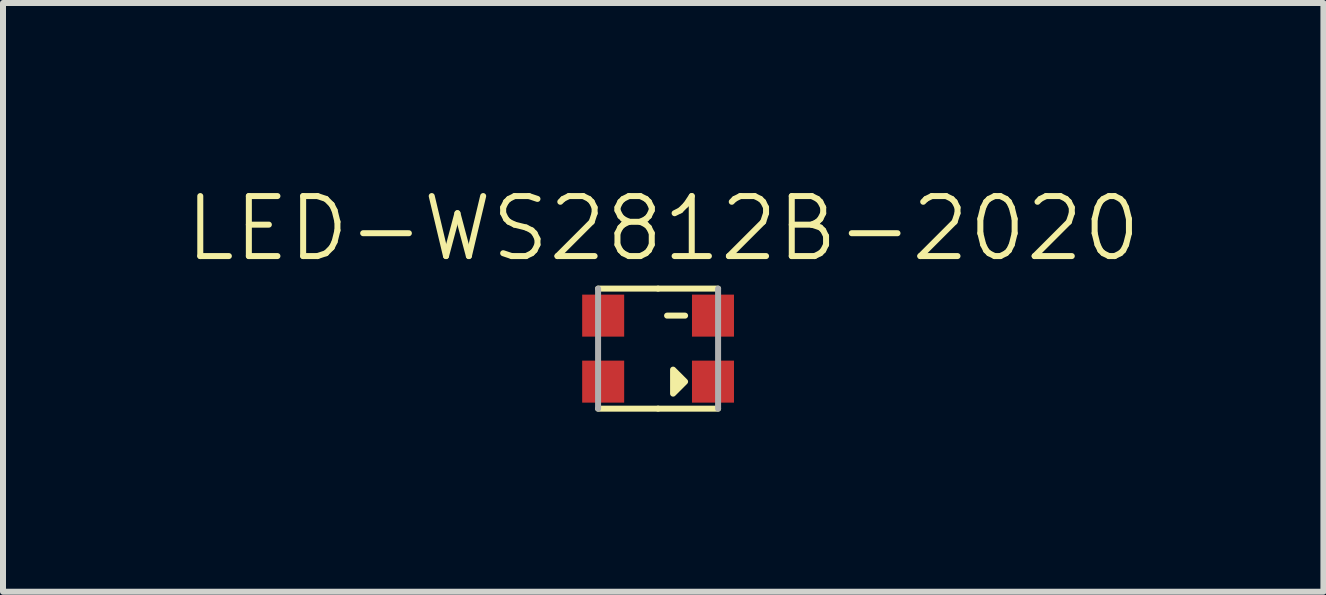
<source format=kicad_pcb>
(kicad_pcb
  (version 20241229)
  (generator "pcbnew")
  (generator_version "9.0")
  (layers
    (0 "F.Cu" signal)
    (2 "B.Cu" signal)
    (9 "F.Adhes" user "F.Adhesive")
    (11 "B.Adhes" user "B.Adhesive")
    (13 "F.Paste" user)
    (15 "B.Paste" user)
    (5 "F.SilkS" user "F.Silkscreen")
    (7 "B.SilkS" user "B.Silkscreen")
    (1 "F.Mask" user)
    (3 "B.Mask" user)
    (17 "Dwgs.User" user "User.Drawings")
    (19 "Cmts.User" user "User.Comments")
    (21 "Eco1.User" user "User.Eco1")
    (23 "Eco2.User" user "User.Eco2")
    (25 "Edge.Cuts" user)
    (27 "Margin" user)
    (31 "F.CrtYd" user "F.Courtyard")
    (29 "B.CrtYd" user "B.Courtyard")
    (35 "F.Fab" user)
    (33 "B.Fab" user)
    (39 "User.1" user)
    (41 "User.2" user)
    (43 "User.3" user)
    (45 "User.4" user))
  (footprint "LED-WS2812B-2020"
    (layer "F.Cu")
    (at 7.917 2.76)
    (property "Reference" "LED-WS2812B-2020" (at 0.085 -2 0) (unlocked yes) (layer "F.SilkS") (effects (font (size 1 1) (thickness 0.1))))
    (attr smd)
    (fp_line (start 0 -1) (end -1 -1) (stroke (width 0.1) (type default)) (layer "F.SilkS"))
    (fp_line (start 0 -1) (end 1 -1) (stroke (width 0.1) (type default)) (layer "F.SilkS"))
    (fp_line (start 0 1) (end -1 1) (stroke (width 0.1) (type default)) (layer "F.SilkS"))
    (fp_line (start 0 1) (end 1 1) (stroke (width 0.1) (type default)) (layer "F.SilkS"))
    (fp_rect (start 0.15 -0.55) (end 0.45 -0.55) (stroke (width 0.1) (type default)) (fill no) (layer "F.SilkS"))
    (fp_poly (pts (xy 0.45 0.55) (xy 0.25 0.35) (xy 0.25 0.75)) (stroke (width 0.1) (type solid)) (fill yes) (layer "F.SilkS"))
    (fp_line (start -1 -1) (end -1 1) (stroke (width 0.1) (type default)) (layer "F.Fab"))
    (fp_line (start 1 -1) (end 1 1) (stroke (width 0.1) (type default)) (layer "F.Fab"))
    (pad "1" smd rect (at 0.915 0.55) (size 0.7 0.7) (layers "F.Cu" "F.Mask" "F.Paste"))
    (pad "2" smd rect (at 0.915 -0.55) (size 0.7 0.7) (layers "F.Cu" "F.Mask" "F.Paste"))
    (pad "3" smd rect (at -0.915 -0.55) (size 0.7 0.7) (layers "F.Cu" "F.Mask" "F.Paste"))
    (pad "4" smd rect (at -0.915 0.55) (size 0.7 0.7) (layers "F.Cu" "F.Mask" "F.Paste")))
  (gr_rect
    (start -3 -3)
    (end 19.005 6.811)
    (stroke (width 0.1) (type default))
    (fill no)
    (layer "Edge.Cuts")))
</source>
